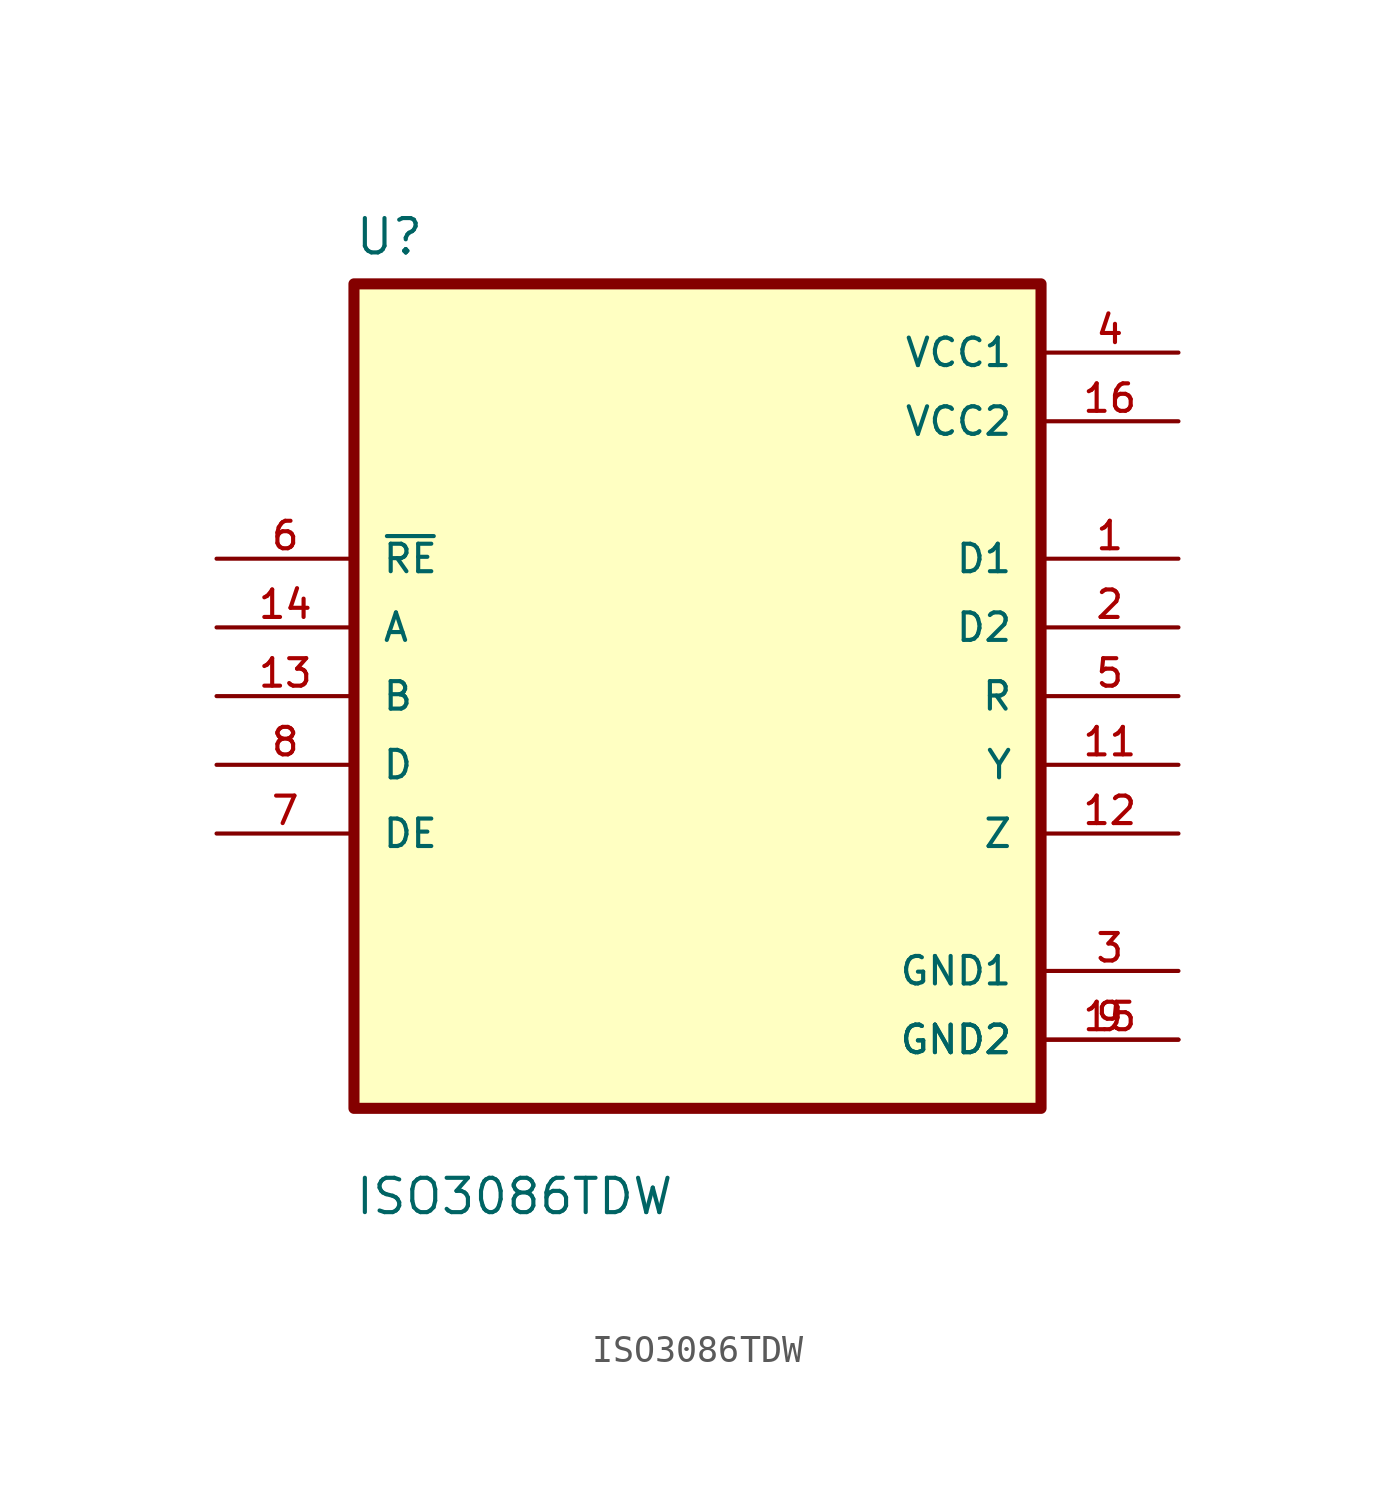
<source format=kicad_sym>
(kicad_symbol_lib
  (version 20211014)
  (generator kicad_symbol_editor)
  (symbol "ISO3086TDW"
    (pin_names
      (offset 1.016))
    (property "Reference" "U"
      (at -12.7 16.24 0.0)
      (effects (font (size 1.27 1.27)) (justify bottom left)))
    (property "Value" "ISO3086TDW"
      (at -12.7 -19.24 0.0)
      (effects (font (size 1.27 1.27)) (justify bottom left)))
    (symbol "ISO3086TDW_0_0"
      (rectangle (start -12.7 -15.24) (end 12.7 15.24) (stroke (width 0.41)) (fill (type background)))
      (pin input line (at -17.78 5.08 0) (length 5.08) (name "~{RE}" (effects (font (size 1.016 1.016)))) (number "6" (effects (font (size 1.016 1.016)))))
      (pin input line (at -17.78 2.54 0) (length 5.08) (name "A" (effects (font (size 1.016 1.016)))) (number "14" (effects (font (size 1.016 1.016)))))
      (pin input line (at -17.78 0.0 0) (length 5.08) (name "B" (effects (font (size 1.016 1.016)))) (number "13" (effects (font (size 1.016 1.016)))))
      (pin input line (at -17.78 -2.54 0) (length 5.08) (name "D" (effects (font (size 1.016 1.016)))) (number "8" (effects (font (size 1.016 1.016)))))
      (pin input line (at -17.78 -5.08 0) (length 5.08) (name "DE" (effects (font (size 1.016 1.016)))) (number "7" (effects (font (size 1.016 1.016)))))
      (pin power_in line (at 17.78 12.7 180.0) (length 5.08) (name "VCC1" (effects (font (size 1.016 1.016)))) (number "4" (effects (font (size 1.016 1.016)))))
      (pin power_in line (at 17.78 10.16 180.0) (length 5.08) (name "VCC2" (effects (font (size 1.016 1.016)))) (number "16" (effects (font (size 1.016 1.016)))))
      (pin output line (at 17.78 5.08 180.0) (length 5.08) (name "D1" (effects (font (size 1.016 1.016)))) (number "1" (effects (font (size 1.016 1.016)))))
      (pin output line (at 17.78 2.54 180.0) (length 5.08) (name "D2" (effects (font (size 1.016 1.016)))) (number "2" (effects (font (size 1.016 1.016)))))
      (pin output line (at 17.78 0.0 180.0) (length 5.08) (name "R" (effects (font (size 1.016 1.016)))) (number "5" (effects (font (size 1.016 1.016)))))
      (pin output line (at 17.78 -2.54 180.0) (length 5.08) (name "Y" (effects (font (size 1.016 1.016)))) (number "11" (effects (font (size 1.016 1.016)))))
      (pin output line (at 17.78 -5.08 180.0) (length 5.08) (name "Z" (effects (font (size 1.016 1.016)))) (number "12" (effects (font (size 1.016 1.016)))))
      (pin power_in line (at 17.78 -10.16 180.0) (length 5.08) (name "GND1" (effects (font (size 1.016 1.016)))) (number "3" (effects (font (size 1.016 1.016)))))
      (pin power_in line (at 17.78 -12.7 180.0) (length 5.08) (name "GND2" (effects (font (size 1.016 1.016)))) (number "15" (effects (font (size 1.016 1.016)))))
      (pin power_in line (at 17.78 -12.7 180.0) (length 5.08) (name "GND2" (effects (font (size 1.016 1.016)))) (number "9" (effects (font (size 1.016 1.016))))))))
</source>
